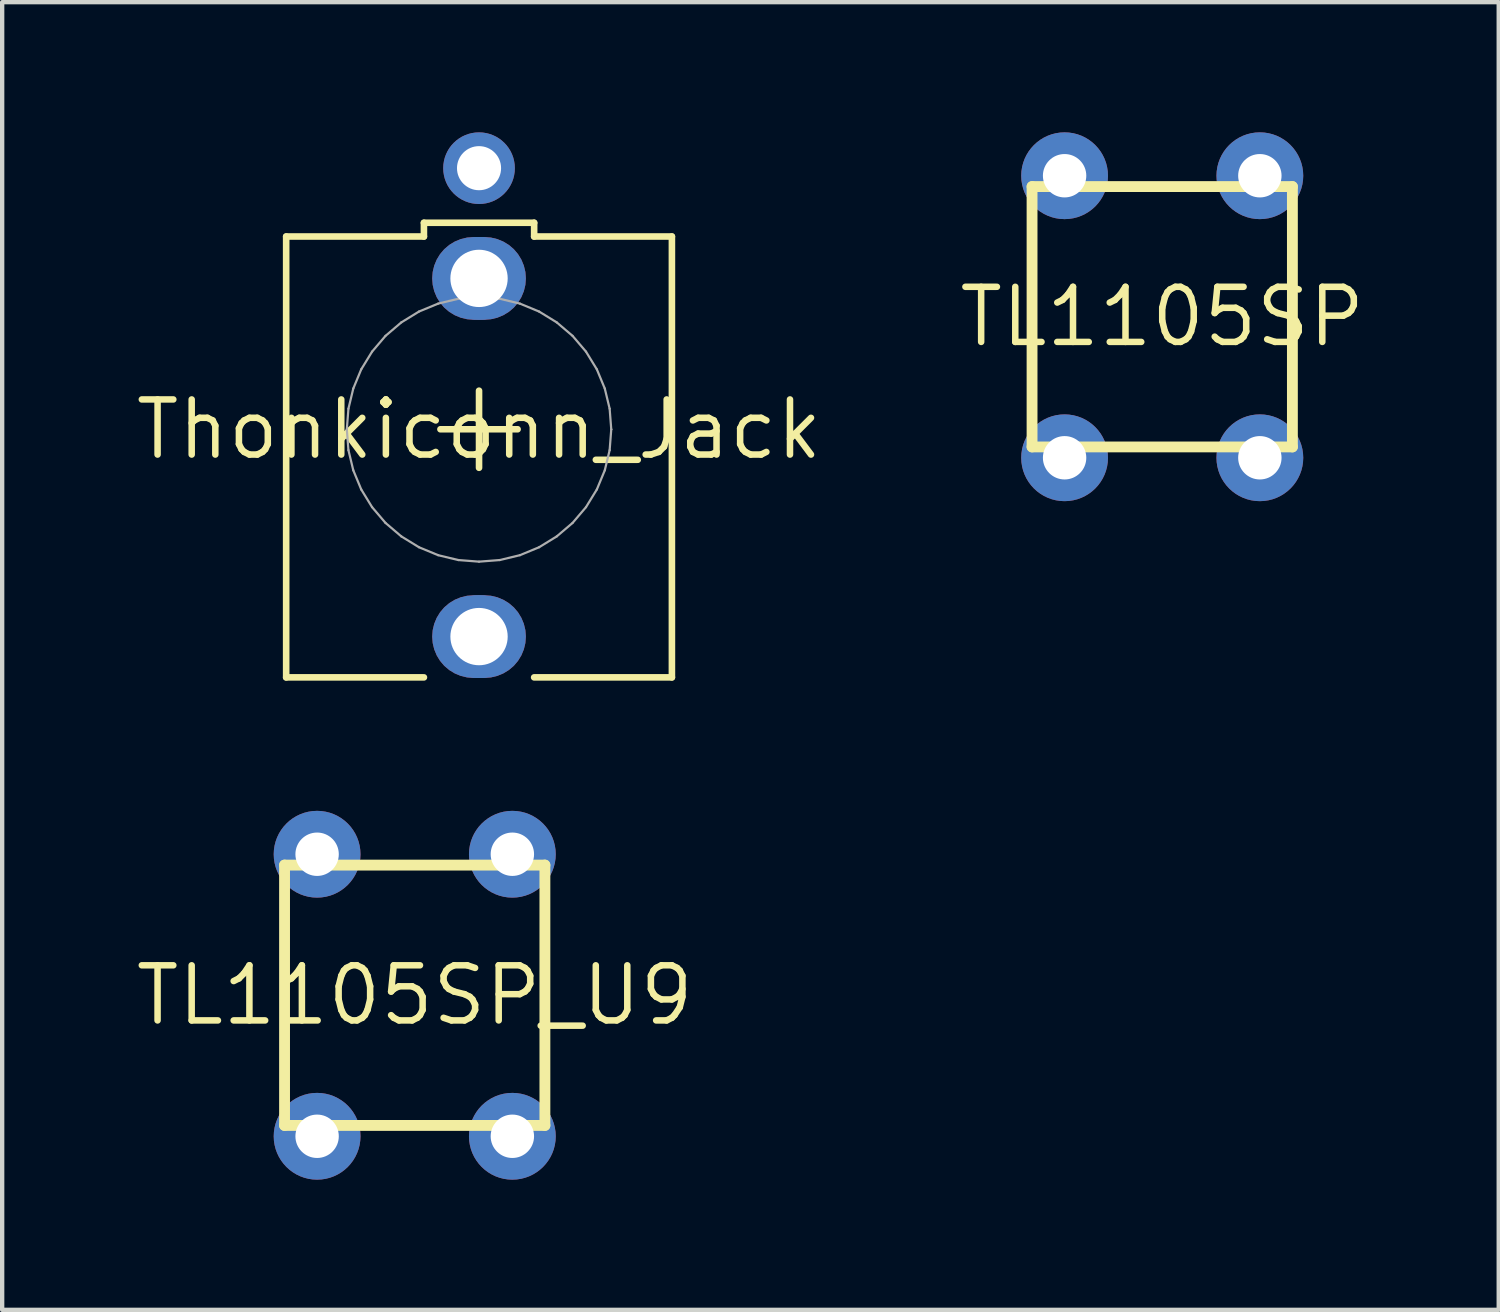
<source format=kicad_pcb>
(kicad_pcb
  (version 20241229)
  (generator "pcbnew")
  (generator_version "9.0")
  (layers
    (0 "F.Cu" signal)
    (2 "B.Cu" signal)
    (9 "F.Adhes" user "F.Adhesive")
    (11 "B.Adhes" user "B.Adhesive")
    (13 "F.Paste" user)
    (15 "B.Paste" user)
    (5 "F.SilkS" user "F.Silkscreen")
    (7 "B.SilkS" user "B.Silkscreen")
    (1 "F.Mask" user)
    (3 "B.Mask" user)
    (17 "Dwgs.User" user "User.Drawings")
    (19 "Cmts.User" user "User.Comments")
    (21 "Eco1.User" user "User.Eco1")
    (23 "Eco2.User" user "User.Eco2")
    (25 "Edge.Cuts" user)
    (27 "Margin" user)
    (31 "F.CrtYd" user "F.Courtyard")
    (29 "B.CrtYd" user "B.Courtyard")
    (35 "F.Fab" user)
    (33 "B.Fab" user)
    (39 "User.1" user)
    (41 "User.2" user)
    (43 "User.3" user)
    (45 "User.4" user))
  (footprint "TL1105SP_U9"
    (layer "F.Cu")
    (at 6.508 19.887)
    (property "Reference" "TL1105SP_U9" (at 0 0 0) (layer "F.SilkS") (effects (font (size 1.27 1.27) (thickness 0.15))))
    (fp_line (start -3 -3) (end 3 -3) (stroke (width 0.25) (type solid)) (layer "F.SilkS"))
    (fp_line (start -3 3) (end -3 -3) (stroke (width 0.25) (type solid)) (layer "F.SilkS"))
    (fp_line (start 3 -3) (end 3 3) (stroke (width 0.25) (type solid)) (layer "F.SilkS"))
    (fp_line (start 3 3) (end -3 3) (stroke (width 0.25) (type solid)) (layer "F.SilkS"))
    (pad "1" thru_hole circle (at -2.25 -3.25) (size 2 2) (drill 1) (layers "*.Cu" "*.Mask"))
    (pad "2" thru_hole circle (at -2.25 3.25) (size 2 2) (drill 1) (layers "*.Cu" "*.Mask"))
    (pad "3" thru_hole circle (at 2.25 -3.25) (size 2 2) (drill 1) (layers "*.Cu" "*.Mask"))
    (pad "4" thru_hole circle (at 2.25 3.25) (size 2 2) (drill 1) (layers "*.Cu" "*.Mask")))
  (footprint "TL1105SP"
    (layer "F.Cu")
    (at 23.735 4.25)
    (property "Reference" "TL1105SP" (at 0 0 0) (layer "F.SilkS") (effects (font (size 1.27 1.27) (thickness 0.15))))
    (fp_line (start -3 -3) (end 3 -3) (stroke (width 0.25) (type solid)) (layer "F.SilkS"))
    (fp_line (start -3 3) (end -3 -3) (stroke (width 0.25) (type solid)) (layer "F.SilkS"))
    (fp_line (start 3 -3) (end 3 3) (stroke (width 0.25) (type solid)) (layer "F.SilkS"))
    (fp_line (start 3 3) (end -3 3) (stroke (width 0.25) (type solid)) (layer "F.SilkS"))
    (pad "1" thru_hole circle (at -2.25 -3.25) (size 2 2) (drill 1) (layers "*.Cu" "*.Mask"))
    (pad "2" thru_hole circle (at -2.25 3.25) (size 2 2) (drill 1) (layers "*.Cu" "*.Mask"))
    (pad "3" thru_hole circle (at 2.25 -3.25) (size 2 2) (drill 1) (layers "*.Cu" "*.Mask"))
    (pad "4" thru_hole circle (at 2.25 3.25) (size 2 2) (drill 1) (layers "*.Cu" "*.Mask")))
  (footprint "Thonkiconn_Jack"
    (layer "F.Cu")
    (at 7.99 6.846)
    (property "Reference" "Thonkiconn_Jack" (at 0 0 0) (layer "F.SilkS") (effects (font (size 1.27 1.27) (thickness 0.15))))
    (fp_poly (pts (xy 0.276 -4.421) (xy 0.421 -4.386) (xy 0.559 -4.329) (xy 0.687 -4.251) (xy 0.801 -4.154) (xy 0.898 -4.04) (xy 0.976 -3.912) (xy 1.033 -3.774) (xy 1.068 -3.629) (xy 1.079 -3.48) (xy 1.068 -3.331) (xy 1.033 -3.186) (xy 0.976 -3.048) (xy 0.898 -2.92) (xy 0.801 -2.806) (xy 0.687 -2.709) (xy 0.559 -2.631) (xy 0.421 -2.574) (xy 0.276 -2.539) (xy 0.127 -2.527) (xy -0.127 -2.527) (xy -0.276 -2.539) (xy -0.421 -2.574) (xy -0.559 -2.631) (xy -0.687 -2.709) (xy -0.801 -2.806) (xy -0.898 -2.92) (xy -0.976 -3.048) (xy -1.033 -3.186) (xy -1.068 -3.331) (xy -1.079 -3.48) (xy -1.068 -3.629) (xy -1.033 -3.774) (xy -0.976 -3.912) (xy -0.898 -4.04) (xy -0.801 -4.154) (xy -0.687 -4.251) (xy -0.559 -4.329) (xy -0.421 -4.386) (xy -0.276 -4.421) (xy -0.127 -4.432) (xy 0.127 -4.432)) (stroke (width 0) (type default)) (fill yes) (layer "F.Cu"))
    (fp_poly (pts (xy 0.276 3.834) (xy 0.421 3.869) (xy 0.559 3.926) (xy 0.687 4.004) (xy 0.801 4.101) (xy 0.898 4.215) (xy 0.976 4.343) (xy 1.033 4.481) (xy 1.068 4.626) (xy 1.079 4.775) (xy 1.068 4.924) (xy 1.033 5.069) (xy 0.976 5.207) (xy 0.898 5.335) (xy 0.801 5.449) (xy 0.687 5.546) (xy 0.559 5.624) (xy 0.421 5.681) (xy 0.276 5.716) (xy 0.127 5.728) (xy -0.127 5.728) (xy -0.276 5.716) (xy -0.421 5.681) (xy -0.559 5.624) (xy -0.687 5.546) (xy -0.801 5.449) (xy -0.898 5.335) (xy -0.976 5.207) (xy -1.033 5.069) (xy -1.068 4.924) (xy -1.079 4.775) (xy -1.068 4.626) (xy -1.033 4.481) (xy -0.976 4.343) (xy -0.898 4.215) (xy -0.801 4.101) (xy -0.687 4.004) (xy -0.559 3.926) (xy -0.421 3.869) (xy -0.276 3.834) (xy -0.127 3.823) (xy 0.127 3.823)) (stroke (width 0) (type default)) (fill yes) (layer "F.Cu"))
    (fp_poly (pts (xy 0.284 -4.471) (xy 0.437 -4.434) (xy 0.582 -4.374) (xy 0.717 -4.292) (xy 0.837 -4.19) (xy 0.939 -4.07) (xy 1.021 -3.935) (xy 1.081 -3.79) (xy 1.118 -3.637) (xy 1.13 -3.48) (xy 1.118 -3.323) (xy 1.081 -3.17) (xy 1.021 -3.025) (xy 0.939 -2.89) (xy 0.837 -2.77) (xy 0.717 -2.668) (xy 0.582 -2.586) (xy 0.437 -2.525) (xy 0.284 -2.489) (xy 0.127 -2.476) (xy -0.127 -2.476) (xy -0.284 -2.489) (xy -0.437 -2.525) (xy -0.582 -2.586) (xy -0.717 -2.668) (xy -0.837 -2.77) (xy -0.939 -2.89) (xy -1.021 -3.025) (xy -1.081 -3.17) (xy -1.118 -3.323) (xy -1.13 -3.48) (xy -1.118 -3.637) (xy -1.081 -3.79) (xy -1.021 -3.935) (xy -0.939 -4.07) (xy -0.837 -4.19) (xy -0.717 -4.292) (xy -0.582 -4.374) (xy -0.437 -4.434) (xy -0.284 -4.471) (xy -0.127 -4.483) (xy 0.127 -4.483)) (stroke (width 0) (type default)) (fill yes) (layer "F.Mask"))
    (fp_poly (pts (xy 0.284 3.784) (xy 0.437 3.821) (xy 0.582 3.881) (xy 0.717 3.963) (xy 0.837 4.065) (xy 0.939 4.185) (xy 1.021 4.32) (xy 1.081 4.465) (xy 1.118 4.618) (xy 1.13 4.775) (xy 1.118 4.932) (xy 1.081 5.085) (xy 1.021 5.23) (xy 0.939 5.365) (xy 0.837 5.485) (xy 0.717 5.587) (xy 0.582 5.669) (xy 0.437 5.73) (xy 0.284 5.766) (xy 0.127 5.779) (xy -0.127 5.779) (xy -0.284 5.766) (xy -0.437 5.73) (xy -0.582 5.669) (xy -0.717 5.587) (xy -0.837 5.485) (xy -0.939 5.365) (xy -1.021 5.23) (xy -1.081 5.085) (xy -1.118 4.932) (xy -1.13 4.775) (xy -1.118 4.618) (xy -1.081 4.465) (xy -1.021 4.32) (xy -0.939 4.185) (xy -0.837 4.065) (xy -0.717 3.963) (xy -0.582 3.881) (xy -0.437 3.821) (xy -0.284 3.784) (xy -0.127 3.772) (xy 0.127 3.772)) (stroke (width 0) (type default)) (fill yes) (layer "F.Mask"))
    (fp_poly (pts (xy 0.276 -4.421) (xy 0.421 -4.386) (xy 0.559 -4.329) (xy 0.687 -4.251) (xy 0.801 -4.154) (xy 0.898 -4.04) (xy 0.976 -3.912) (xy 1.033 -3.774) (xy 1.068 -3.629) (xy 1.079 -3.48) (xy 1.068 -3.331) (xy 1.033 -3.186) (xy 0.976 -3.048) (xy 0.898 -2.92) (xy 0.801 -2.806) (xy 0.687 -2.709) (xy 0.559 -2.631) (xy 0.421 -2.574) (xy 0.276 -2.539) (xy 0.127 -2.527) (xy -0.127 -2.527) (xy -0.276 -2.539) (xy -0.421 -2.574) (xy -0.559 -2.631) (xy -0.687 -2.709) (xy -0.801 -2.806) (xy -0.898 -2.92) (xy -0.976 -3.048) (xy -1.033 -3.186) (xy -1.068 -3.331) (xy -1.079 -3.48) (xy -1.068 -3.629) (xy -1.033 -3.774) (xy -0.976 -3.912) (xy -0.898 -4.04) (xy -0.801 -4.154) (xy -0.687 -4.251) (xy -0.559 -4.329) (xy -0.421 -4.386) (xy -0.276 -4.421) (xy -0.127 -4.432) (xy 0.127 -4.432)) (stroke (width 0) (type default)) (fill yes) (layer "B.Cu"))
    (fp_poly (pts (xy 0.276 3.834) (xy 0.421 3.869) (xy 0.559 3.926) (xy 0.687 4.004) (xy 0.801 4.101) (xy 0.898 4.215) (xy 0.976 4.343) (xy 1.033 4.481) (xy 1.068 4.626) (xy 1.079 4.775) (xy 1.068 4.924) (xy 1.033 5.069) (xy 0.976 5.207) (xy 0.898 5.335) (xy 0.801 5.449) (xy 0.687 5.546) (xy 0.559 5.624) (xy 0.421 5.681) (xy 0.276 5.716) (xy 0.127 5.728) (xy -0.127 5.728) (xy -0.276 5.716) (xy -0.421 5.681) (xy -0.559 5.624) (xy -0.687 5.546) (xy -0.801 5.449) (xy -0.898 5.335) (xy -0.976 5.207) (xy -1.033 5.069) (xy -1.068 4.924) (xy -1.079 4.775) (xy -1.068 4.626) (xy -1.033 4.481) (xy -0.976 4.343) (xy -0.898 4.215) (xy -0.801 4.101) (xy -0.687 4.004) (xy -0.559 3.926) (xy -0.421 3.869) (xy -0.276 3.834) (xy -0.127 3.823) (xy 0.127 3.823)) (stroke (width 0) (type default)) (fill yes) (layer "B.Cu"))
    (fp_poly (pts (xy 0.284 -4.471) (xy 0.437 -4.434) (xy 0.582 -4.374) (xy 0.717 -4.292) (xy 0.837 -4.19) (xy 0.939 -4.07) (xy 1.021 -3.935) (xy 1.081 -3.79) (xy 1.118 -3.637) (xy 1.13 -3.48) (xy 1.118 -3.323) (xy 1.081 -3.17) (xy 1.021 -3.025) (xy 0.939 -2.89) (xy 0.837 -2.77) (xy 0.717 -2.668) (xy 0.582 -2.586) (xy 0.437 -2.525) (xy 0.284 -2.489) (xy 0.127 -2.476) (xy -0.127 -2.476) (xy -0.284 -2.489) (xy -0.437 -2.525) (xy -0.582 -2.586) (xy -0.717 -2.668) (xy -0.837 -2.77) (xy -0.939 -2.89) (xy -1.021 -3.025) (xy -1.081 -3.17) (xy -1.118 -3.323) (xy -1.13 -3.48) (xy -1.118 -3.637) (xy -1.081 -3.79) (xy -1.021 -3.935) (xy -0.939 -4.07) (xy -0.837 -4.19) (xy -0.717 -4.292) (xy -0.582 -4.374) (xy -0.437 -4.434) (xy -0.284 -4.471) (xy -0.127 -4.483) (xy 0.127 -4.483)) (stroke (width 0) (type default)) (fill yes) (layer "B.Mask"))
    (fp_poly (pts (xy 0.284 3.784) (xy 0.437 3.821) (xy 0.582 3.881) (xy 0.717 3.963) (xy 0.837 4.065) (xy 0.939 4.185) (xy 1.021 4.32) (xy 1.081 4.465) (xy 1.118 4.618) (xy 1.13 4.775) (xy 1.118 4.932) (xy 1.081 5.085) (xy 1.021 5.23) (xy 0.939 5.365) (xy 0.837 5.485) (xy 0.717 5.587) (xy 0.582 5.669) (xy 0.437 5.73) (xy 0.284 5.766) (xy 0.127 5.779) (xy -0.127 5.779) (xy -0.284 5.766) (xy -0.437 5.73) (xy -0.582 5.669) (xy -0.717 5.587) (xy -0.837 5.485) (xy -0.939 5.365) (xy -1.021 5.23) (xy -1.081 5.085) (xy -1.118 4.932) (xy -1.13 4.775) (xy -1.118 4.618) (xy -1.081 4.465) (xy -1.021 4.32) (xy -0.939 4.185) (xy -0.837 4.065) (xy -0.717 3.963) (xy -0.582 3.881) (xy -0.437 3.821) (xy -0.284 3.784) (xy -0.127 3.772) (xy 0.127 3.772)) (stroke (width 0) (type default)) (fill yes) (layer "B.Mask"))
    (fp_line (start -4.445 -4.445) (end -4.445 5.715) (stroke (width 0.152) (type solid)) (layer "F.SilkS"))
    (fp_line (start -1.27 -4.762) (end 1.27 -4.762) (stroke (width 0.152) (type solid)) (layer "F.SilkS"))
    (fp_line (start -1.27 -4.445) (end -4.445 -4.445) (stroke (width 0.152) (type solid)) (layer "F.SilkS"))
    (fp_line (start -1.27 -4.445) (end -1.27 -4.762) (stroke (width 0.152) (type solid)) (layer "F.SilkS"))
    (fp_line (start -1.27 5.715) (end -4.445 5.715) (stroke (width 0.152) (type solid)) (layer "F.SilkS"))
    (fp_line (start -0.89 -0.003) (end 0.889 -0.003) (stroke (width 0.152) (type solid)) (layer "F.SilkS"))
    (fp_line (start 0 0.885) (end 0 -0.892) (stroke (width 0.152) (type solid)) (layer "F.SilkS"))
    (fp_line (start 1.27 -4.762) (end 1.27 -4.445) (stroke (width 0.152) (type solid)) (layer "F.SilkS"))
    (fp_line (start 1.27 -4.445) (end 4.445 -4.445) (stroke (width 0.152) (type solid)) (layer "F.SilkS"))
    (fp_line (start 1.27 5.715) (end 4.445 5.715) (stroke (width 0.152) (type solid)) (layer "F.SilkS"))
    (fp_line (start 4.445 5.715) (end 4.445 -4.445) (stroke (width 0.152) (type solid)) (layer "F.SilkS"))
    (fp_line (start -3.047 -0.001) (end -3.047 0.001) (stroke (width 0.051) (type solid)) (layer "F.Fab"))
    (fp_line (start -3.047 0.001) (end -3.01 0.478) (stroke (width 0.051) (type solid)) (layer "F.Fab"))
    (fp_line (start -3.01 -0.477) (end -3.047 -0.001) (stroke (width 0.051) (type solid)) (layer "F.Fab"))
    (fp_line (start -3.01 0.478) (end -2.898 0.943) (stroke (width 0.051) (type solid)) (layer "F.Fab"))
    (fp_line (start -2.898 -0.942) (end -3.01 -0.477) (stroke (width 0.051) (type solid)) (layer "F.Fab"))
    (fp_line (start -2.898 0.943) (end -2.715 1.384) (stroke (width 0.051) (type solid)) (layer "F.Fab"))
    (fp_line (start -2.715 -1.384) (end -2.898 -0.942) (stroke (width 0.051) (type solid)) (layer "F.Fab"))
    (fp_line (start -2.715 1.384) (end -2.465 1.792) (stroke (width 0.051) (type solid)) (layer "F.Fab"))
    (fp_line (start -2.465 -1.792) (end -2.715 -1.384) (stroke (width 0.051) (type solid)) (layer "F.Fab"))
    (fp_line (start -2.465 1.792) (end -2.155 2.156) (stroke (width 0.051) (type solid)) (layer "F.Fab"))
    (fp_line (start -2.155 -2.156) (end -2.465 -1.792) (stroke (width 0.051) (type solid)) (layer "F.Fab"))
    (fp_line (start -2.155 2.156) (end -1.791 2.466) (stroke (width 0.051) (type solid)) (layer "F.Fab"))
    (fp_line (start -1.791 -2.466) (end -2.155 -2.156) (stroke (width 0.051) (type solid)) (layer "F.Fab"))
    (fp_line (start -1.791 2.466) (end -1.384 2.716) (stroke (width 0.051) (type solid)) (layer "F.Fab"))
    (fp_line (start -1.384 -2.716) (end -1.791 -2.466) (stroke (width 0.051) (type solid)) (layer "F.Fab"))
    (fp_line (start -1.384 2.716) (end -0.942 2.899) (stroke (width 0.051) (type solid)) (layer "F.Fab"))
    (fp_line (start -0.942 -2.899) (end -1.384 -2.716) (stroke (width 0.051) (type solid)) (layer "F.Fab"))
    (fp_line (start -0.942 2.899) (end -0.477 3.011) (stroke (width 0.051) (type solid)) (layer "F.Fab"))
    (fp_line (start -0.477 -3.011) (end -0.942 -2.899) (stroke (width 0.051) (type solid)) (layer "F.Fab"))
    (fp_line (start -0.477 3.011) (end 0 3.048) (stroke (width 0.051) (type solid)) (layer "F.Fab"))
    (fp_line (start 0 -3.048) (end -0.477 -3.011) (stroke (width 0.051) (type solid)) (layer "F.Fab"))
    (fp_line (start 0 3.048) (end 0.477 3.011) (stroke (width 0.051) (type solid)) (layer "F.Fab"))
    (fp_line (start 0.477 -3.011) (end 0 -3.048) (stroke (width 0.051) (type solid)) (layer "F.Fab"))
    (fp_line (start 0.477 3.011) (end 0.942 2.899) (stroke (width 0.051) (type solid)) (layer "F.Fab"))
    (fp_line (start 0.942 -2.899) (end 0.477 -3.011) (stroke (width 0.051) (type solid)) (layer "F.Fab"))
    (fp_line (start 0.942 2.899) (end 1.384 2.716) (stroke (width 0.051) (type solid)) (layer "F.Fab"))
    (fp_line (start 1.384 -2.716) (end 0.942 -2.899) (stroke (width 0.051) (type solid)) (layer "F.Fab"))
    (fp_line (start 1.384 2.716) (end 1.791 2.466) (stroke (width 0.051) (type solid)) (layer "F.Fab"))
    (fp_line (start 1.791 -2.466) (end 1.384 -2.716) (stroke (width 0.051) (type solid)) (layer "F.Fab"))
    (fp_line (start 1.791 2.466) (end 2.155 2.156) (stroke (width 0.051) (type solid)) (layer "F.Fab"))
    (fp_line (start 2.155 -2.156) (end 1.791 -2.466) (stroke (width 0.051) (type solid)) (layer "F.Fab"))
    (fp_line (start 2.155 2.156) (end 2.465 1.792) (stroke (width 0.051) (type solid)) (layer "F.Fab"))
    (fp_line (start 2.465 -1.792) (end 2.155 -2.156) (stroke (width 0.051) (type solid)) (layer "F.Fab"))
    (fp_line (start 2.465 1.792) (end 2.715 1.384) (stroke (width 0.051) (type solid)) (layer "F.Fab"))
    (fp_line (start 2.715 -1.384) (end 2.465 -1.792) (stroke (width 0.051) (type solid)) (layer "F.Fab"))
    (fp_line (start 2.715 1.384) (end 2.898 0.943) (stroke (width 0.051) (type solid)) (layer "F.Fab"))
    (fp_line (start 2.898 -0.942) (end 2.715 -1.384) (stroke (width 0.051) (type solid)) (layer "F.Fab"))
    (fp_line (start 2.898 0.943) (end 3.01 0.478) (stroke (width 0.051) (type solid)) (layer "F.Fab"))
    (fp_line (start 3.01 -0.477) (end 2.898 -0.942) (stroke (width 0.051) (type solid)) (layer "F.Fab"))
    (fp_line (start 3.01 0.478) (end 3.047 0.001) (stroke (width 0.051) (type solid)) (layer "F.Fab"))
    (fp_line (start 3.047 -0.001) (end 3.01 -0.477) (stroke (width 0.051) (type solid)) (layer "F.Fab"))
    (fp_line (start 3.047 0.001) (end 3.047 -0.001) (stroke (width 0.051) (type solid)) (layer "F.Fab"))
    (pad "1" thru_hole circle (at 0 -3.48) (size 1.905 1.905) (drill 1.321) (layers "*.Cu"))
    (pad "2" thru_hole circle (at 0 4.775) (size 1.905 1.905) (drill 1.321) (layers "*.Cu"))
    (pad "3" thru_hole circle (at 0 -6.02) (size 1.651 1.651) (drill 1.016) (layers "*.Cu" "*.Mask"))
    (zone (net_name "") (layer "F.Cu") (hatch edge 0.5) (connect_pads) (min_thickness 0.25) (filled_areas_thickness no) (keepout (tracks not_allowed) (vias not_allowed) (pads not_allowed) (copperpour not_allowed) (footprints allowed)) (placement (enabled no)) (fill) (polygon (pts (xy 9.232 6.845) (xy 9.212 6.623) (xy 9.153 6.408) (xy 9.056 6.207) (xy 8.925 6.027) (xy 8.765 5.873) (xy 8.579 5.751) (xy 8.374 5.663) (xy 8.157 5.614) (xy 7.934 5.604) (xy 7.714 5.634) (xy 7.502 5.702) (xy 7.306 5.808) (xy 7.132 5.947) (xy 6.985 6.114) (xy 6.871 6.306) (xy 6.793 6.514) (xy 6.753 6.733) (xy 6.753 6.956) (xy 6.793 7.175) (xy 6.871 7.383) (xy 6.985 7.575) (xy 7.132 7.742) (xy 7.306 7.881) (xy 7.502 7.987) (xy 7.714 8.055) (xy 7.934 8.085) (xy 8.157 8.075) (xy 8.374 8.026) (xy 8.579 7.938) (xy 8.765 7.816) (xy 8.925 7.662) (xy 9.056 7.482) (xy 9.153 7.281) (xy 9.212 7.066))) (polygon (pts (xy 8.982 6.845) (xy 8.962 6.645) (xy 8.902 6.453) (xy 8.804 6.278) (xy 8.674 6.126) (xy 8.515 6.003) (xy 8.335 5.914) (xy 8.14 5.864) (xy 7.94 5.854) (xy 7.741 5.884) (xy 7.553 5.954) (xy 7.383 6.06) (xy 7.237 6.198) (xy 7.123 6.363) (xy 7.044 6.548) (xy 7.003 6.744) (xy 7.003 6.945) (xy 7.044 7.141) (xy 7.123 7.326) (xy 7.237 7.491) (xy 7.383 7.629) (xy 7.553 7.735) (xy 7.741 7.805) (xy 7.94 7.835) (xy 8.14 7.825) (xy 8.335 7.775) (xy 8.515 7.686) (xy 8.674 7.563) (xy 8.804 7.411) (xy 8.902 7.236) (xy 8.962 7.044)))))
  (gr_rect
    (start -3 -3)
    (end 31.49 27.137)
    (stroke (width 0.1) (type default))
    (fill no)
    (layer "Edge.Cuts")))
</source>
